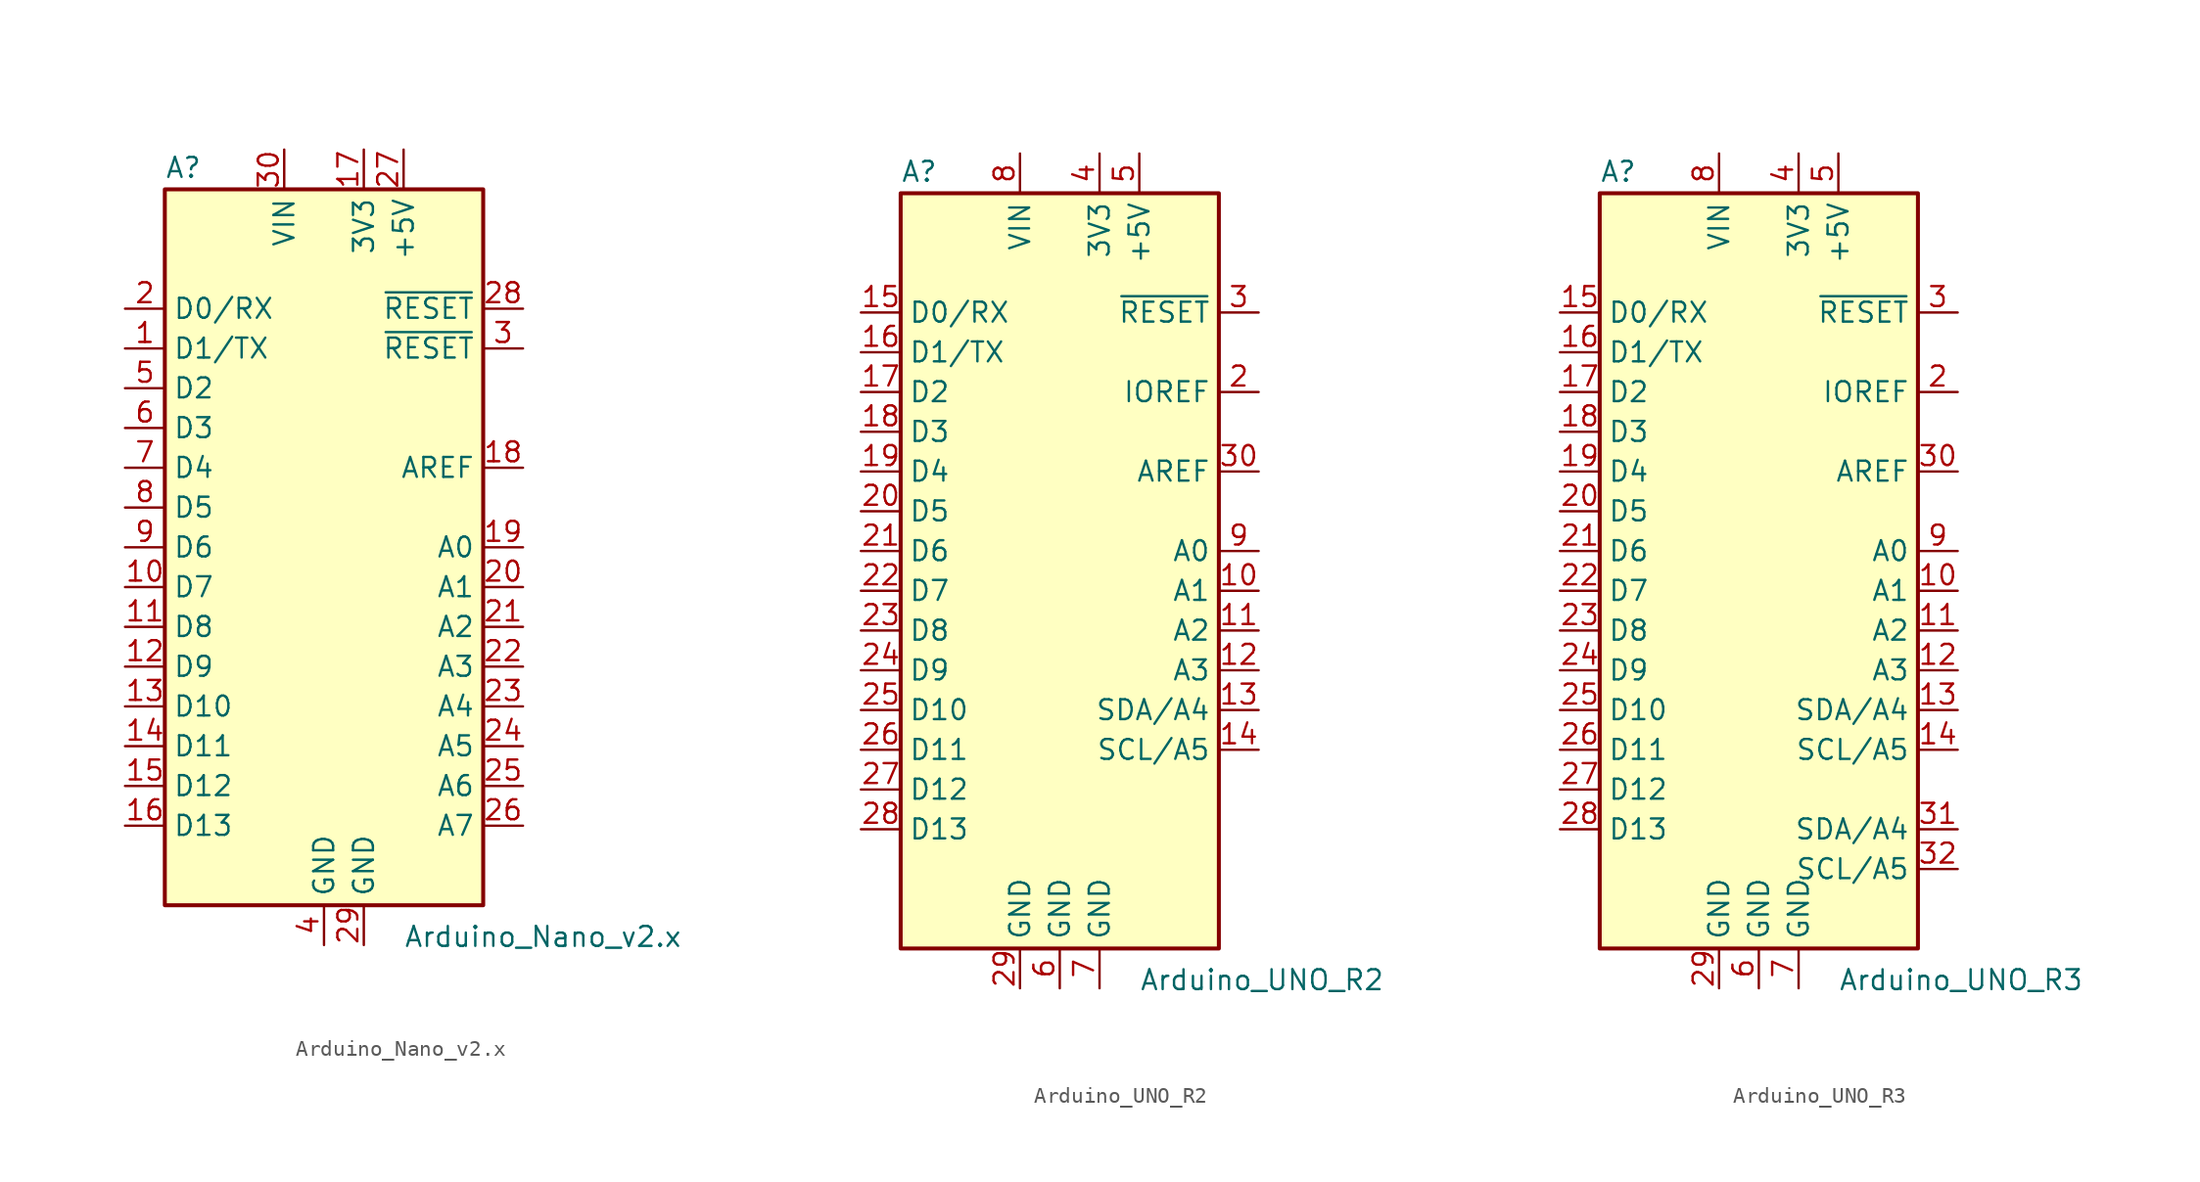
<source format=kicad_sym>
(kicad_symbol_lib
  (version 20201005)
  (generator kicad_symbol_editor)
  (symbol "MCU_Module:Arduino_Nano_v2.x"
    (property "Reference" "A"
      (at -10.16 23.495 0)
      (effects (font (size 1.27 1.27)) (justify left bottom)))
    (property "Value" "Arduino_Nano_v2.x"
      (at 5.08 -24.13 0)
      (effects (font (size 1.27 1.27)) (justify left top)))
    (symbol "Arduino_Nano_v2.x_0_1"
      (rectangle (start -10.16 22.86) (end 10.16 -22.86) (stroke (width 0.254)) (fill (type background))))
    (symbol "Arduino_Nano_v2.x_1_1"
      (pin bidirectional line (at -12.7 12.7 0) (length 2.54) (name "D1/TX" (effects (font (size 1.27 1.27)))) (number "1" (effects (font (size 1.27 1.27)))))
      (pin bidirectional line (at -12.7 -2.54 0) (length 2.54) (name "D7" (effects (font (size 1.27 1.27)))) (number "10" (effects (font (size 1.27 1.27)))))
      (pin bidirectional line (at -12.7 -5.08 0) (length 2.54) (name "D8" (effects (font (size 1.27 1.27)))) (number "11" (effects (font (size 1.27 1.27)))))
      (pin bidirectional line (at -12.7 -7.62 0) (length 2.54) (name "D9" (effects (font (size 1.27 1.27)))) (number "12" (effects (font (size 1.27 1.27)))))
      (pin bidirectional line (at -12.7 -10.16 0) (length 2.54) (name "D10" (effects (font (size 1.27 1.27)))) (number "13" (effects (font (size 1.27 1.27)))))
      (pin bidirectional line (at -12.7 -12.7 0) (length 2.54) (name "D11" (effects (font (size 1.27 1.27)))) (number "14" (effects (font (size 1.27 1.27)))))
      (pin bidirectional line (at -12.7 -15.24 0) (length 2.54) (name "D12" (effects (font (size 1.27 1.27)))) (number "15" (effects (font (size 1.27 1.27)))))
      (pin bidirectional line (at -12.7 -17.78 0) (length 2.54) (name "D13" (effects (font (size 1.27 1.27)))) (number "16" (effects (font (size 1.27 1.27)))))
      (pin power_out line (at 2.54 25.4 270) (length 2.54) (name "3V3" (effects (font (size 1.27 1.27)))) (number "17" (effects (font (size 1.27 1.27)))))
      (pin input line (at 12.7 5.08 180) (length 2.54) (name "AREF" (effects (font (size 1.27 1.27)))) (number "18" (effects (font (size 1.27 1.27)))))
      (pin bidirectional line (at 12.7 0 180) (length 2.54) (name "A0" (effects (font (size 1.27 1.27)))) (number "19" (effects (font (size 1.27 1.27)))))
      (pin bidirectional line (at -12.7 15.24 0) (length 2.54) (name "D0/RX" (effects (font (size 1.27 1.27)))) (number "2" (effects (font (size 1.27 1.27)))))
      (pin bidirectional line (at 12.7 -2.54 180) (length 2.54) (name "A1" (effects (font (size 1.27 1.27)))) (number "20" (effects (font (size 1.27 1.27)))))
      (pin bidirectional line (at 12.7 -5.08 180) (length 2.54) (name "A2" (effects (font (size 1.27 1.27)))) (number "21" (effects (font (size 1.27 1.27)))))
      (pin bidirectional line (at 12.7 -7.62 180) (length 2.54) (name "A3" (effects (font (size 1.27 1.27)))) (number "22" (effects (font (size 1.27 1.27)))))
      (pin bidirectional line (at 12.7 -10.16 180) (length 2.54) (name "A4" (effects (font (size 1.27 1.27)))) (number "23" (effects (font (size 1.27 1.27)))))
      (pin bidirectional line (at 12.7 -12.7 180) (length 2.54) (name "A5" (effects (font (size 1.27 1.27)))) (number "24" (effects (font (size 1.27 1.27)))))
      (pin bidirectional line (at 12.7 -15.24 180) (length 2.54) (name "A6" (effects (font (size 1.27 1.27)))) (number "25" (effects (font (size 1.27 1.27)))))
      (pin bidirectional line (at 12.7 -17.78 180) (length 2.54) (name "A7" (effects (font (size 1.27 1.27)))) (number "26" (effects (font (size 1.27 1.27)))))
      (pin power_out line (at 5.08 25.4 270) (length 2.54) (name "+5V" (effects (font (size 1.27 1.27)))) (number "27" (effects (font (size 1.27 1.27)))))
      (pin input line (at 12.7 15.24 180) (length 2.54) (name "~RESET" (effects (font (size 1.27 1.27)))) (number "28" (effects (font (size 1.27 1.27)))))
      (pin power_in line (at 2.54 -25.4 90) (length 2.54) (name "GND" (effects (font (size 1.27 1.27)))) (number "29" (effects (font (size 1.27 1.27)))))
      (pin input line (at 12.7 12.7 180) (length 2.54) (name "~RESET" (effects (font (size 1.27 1.27)))) (number "3" (effects (font (size 1.27 1.27)))))
      (pin power_in line (at -2.54 25.4 270) (length 2.54) (name "VIN" (effects (font (size 1.27 1.27)))) (number "30" (effects (font (size 1.27 1.27)))))
      (pin power_in line (at 0 -25.4 90) (length 2.54) (name "GND" (effects (font (size 1.27 1.27)))) (number "4" (effects (font (size 1.27 1.27)))))
      (pin bidirectional line (at -12.7 10.16 0) (length 2.54) (name "D2" (effects (font (size 1.27 1.27)))) (number "5" (effects (font (size 1.27 1.27)))))
      (pin bidirectional line (at -12.7 7.62 0) (length 2.54) (name "D3" (effects (font (size 1.27 1.27)))) (number "6" (effects (font (size 1.27 1.27)))))
      (pin bidirectional line (at -12.7 5.08 0) (length 2.54) (name "D4" (effects (font (size 1.27 1.27)))) (number "7" (effects (font (size 1.27 1.27)))))
      (pin bidirectional line (at -12.7 2.54 0) (length 2.54) (name "D5" (effects (font (size 1.27 1.27)))) (number "8" (effects (font (size 1.27 1.27)))))
      (pin bidirectional line (at -12.7 0 0) (length 2.54) (name "D6" (effects (font (size 1.27 1.27)))) (number "9" (effects (font (size 1.27 1.27)))))))
  (symbol "MCU_Module:Arduino_UNO_R2"
    (property "Reference" "A"
      (at -10.16 23.495 0)
      (effects (font (size 1.27 1.27)) (justify left bottom)))
    (property "Value" "Arduino_UNO_R2"
      (at 5.08 -26.67 0)
      (effects (font (size 1.27 1.27)) (justify left top)))
    (symbol "Arduino_UNO_R2_0_1"
      (rectangle (start -10.16 22.86) (end 10.16 -25.4) (stroke (width 0.254)) (fill (type background))))
    (symbol "Arduino_UNO_R2_1_1"
      (pin no_connect line (at -10.16 -20.32 0) (length 2.54) hide (name "NC" (effects (font (size 1.27 1.27)))) (number "1" (effects (font (size 1.27 1.27)))))
      (pin bidirectional line (at 12.7 -2.54 180) (length 2.54) (name "A1" (effects (font (size 1.27 1.27)))) (number "10" (effects (font (size 1.27 1.27)))))
      (pin bidirectional line (at 12.7 -5.08 180) (length 2.54) (name "A2" (effects (font (size 1.27 1.27)))) (number "11" (effects (font (size 1.27 1.27)))))
      (pin bidirectional line (at 12.7 -7.62 180) (length 2.54) (name "A3" (effects (font (size 1.27 1.27)))) (number "12" (effects (font (size 1.27 1.27)))))
      (pin bidirectional line (at 12.7 -10.16 180) (length 2.54) (name "SDA/A4" (effects (font (size 1.27 1.27)))) (number "13" (effects (font (size 1.27 1.27)))))
      (pin bidirectional line (at 12.7 -12.7 180) (length 2.54) (name "SCL/A5" (effects (font (size 1.27 1.27)))) (number "14" (effects (font (size 1.27 1.27)))))
      (pin bidirectional line (at -12.7 15.24 0) (length 2.54) (name "D0/RX" (effects (font (size 1.27 1.27)))) (number "15" (effects (font (size 1.27 1.27)))))
      (pin bidirectional line (at -12.7 12.7 0) (length 2.54) (name "D1/TX" (effects (font (size 1.27 1.27)))) (number "16" (effects (font (size 1.27 1.27)))))
      (pin bidirectional line (at -12.7 10.16 0) (length 2.54) (name "D2" (effects (font (size 1.27 1.27)))) (number "17" (effects (font (size 1.27 1.27)))))
      (pin bidirectional line (at -12.7 7.62 0) (length 2.54) (name "D3" (effects (font (size 1.27 1.27)))) (number "18" (effects (font (size 1.27 1.27)))))
      (pin bidirectional line (at -12.7 5.08 0) (length 2.54) (name "D4" (effects (font (size 1.27 1.27)))) (number "19" (effects (font (size 1.27 1.27)))))
      (pin output line (at 12.7 10.16 180) (length 2.54) (name "IOREF" (effects (font (size 1.27 1.27)))) (number "2" (effects (font (size 1.27 1.27)))))
      (pin bidirectional line (at -12.7 2.54 0) (length 2.54) (name "D5" (effects (font (size 1.27 1.27)))) (number "20" (effects (font (size 1.27 1.27)))))
      (pin bidirectional line (at -12.7 0 0) (length 2.54) (name "D6" (effects (font (size 1.27 1.27)))) (number "21" (effects (font (size 1.27 1.27)))))
      (pin bidirectional line (at -12.7 -2.54 0) (length 2.54) (name "D7" (effects (font (size 1.27 1.27)))) (number "22" (effects (font (size 1.27 1.27)))))
      (pin bidirectional line (at -12.7 -5.08 0) (length 2.54) (name "D8" (effects (font (size 1.27 1.27)))) (number "23" (effects (font (size 1.27 1.27)))))
      (pin bidirectional line (at -12.7 -7.62 0) (length 2.54) (name "D9" (effects (font (size 1.27 1.27)))) (number "24" (effects (font (size 1.27 1.27)))))
      (pin bidirectional line (at -12.7 -10.16 0) (length 2.54) (name "D10" (effects (font (size 1.27 1.27)))) (number "25" (effects (font (size 1.27 1.27)))))
      (pin bidirectional line (at -12.7 -12.7 0) (length 2.54) (name "D11" (effects (font (size 1.27 1.27)))) (number "26" (effects (font (size 1.27 1.27)))))
      (pin bidirectional line (at -12.7 -15.24 0) (length 2.54) (name "D12" (effects (font (size 1.27 1.27)))) (number "27" (effects (font (size 1.27 1.27)))))
      (pin bidirectional line (at -12.7 -17.78 0) (length 2.54) (name "D13" (effects (font (size 1.27 1.27)))) (number "28" (effects (font (size 1.27 1.27)))))
      (pin power_in line (at -2.54 -27.94 90) (length 2.54) (name "GND" (effects (font (size 1.27 1.27)))) (number "29" (effects (font (size 1.27 1.27)))))
      (pin input line (at 12.7 15.24 180) (length 2.54) (name "~RESET" (effects (font (size 1.27 1.27)))) (number "3" (effects (font (size 1.27 1.27)))))
      (pin input line (at 12.7 5.08 180) (length 2.54) (name "AREF" (effects (font (size 1.27 1.27)))) (number "30" (effects (font (size 1.27 1.27)))))
      (pin power_out line (at 2.54 25.4 270) (length 2.54) (name "3V3" (effects (font (size 1.27 1.27)))) (number "4" (effects (font (size 1.27 1.27)))))
      (pin power_out line (at 5.08 25.4 270) (length 2.54) (name "+5V" (effects (font (size 1.27 1.27)))) (number "5" (effects (font (size 1.27 1.27)))))
      (pin power_in line (at 0 -27.94 90) (length 2.54) (name "GND" (effects (font (size 1.27 1.27)))) (number "6" (effects (font (size 1.27 1.27)))))
      (pin power_in line (at 2.54 -27.94 90) (length 2.54) (name "GND" (effects (font (size 1.27 1.27)))) (number "7" (effects (font (size 1.27 1.27)))))
      (pin power_in line (at -2.54 25.4 270) (length 2.54) (name "VIN" (effects (font (size 1.27 1.27)))) (number "8" (effects (font (size 1.27 1.27)))))
      (pin bidirectional line (at 12.7 0 180) (length 2.54) (name "A0" (effects (font (size 1.27 1.27)))) (number "9" (effects (font (size 1.27 1.27)))))))
  (symbol "MCU_Module:Arduino_UNO_R3"
    (property "Reference" "A"
      (at -10.16 23.495 0)
      (effects (font (size 1.27 1.27)) (justify left bottom)))
    (property "Value" "Arduino_UNO_R3"
      (at 5.08 -26.67 0)
      (effects (font (size 1.27 1.27)) (justify left top)))
    (symbol "Arduino_UNO_R3_0_1"
      (rectangle (start -10.16 22.86) (end 10.16 -25.4) (stroke (width 0.254)) (fill (type background))))
    (symbol "Arduino_UNO_R3_1_1"
      (pin no_connect line (at -10.16 -20.32 0) (length 2.54) hide (name "NC" (effects (font (size 1.27 1.27)))) (number "1" (effects (font (size 1.27 1.27)))))
      (pin bidirectional line (at 12.7 -2.54 180) (length 2.54) (name "A1" (effects (font (size 1.27 1.27)))) (number "10" (effects (font (size 1.27 1.27)))))
      (pin bidirectional line (at 12.7 -5.08 180) (length 2.54) (name "A2" (effects (font (size 1.27 1.27)))) (number "11" (effects (font (size 1.27 1.27)))))
      (pin bidirectional line (at 12.7 -7.62 180) (length 2.54) (name "A3" (effects (font (size 1.27 1.27)))) (number "12" (effects (font (size 1.27 1.27)))))
      (pin bidirectional line (at 12.7 -10.16 180) (length 2.54) (name "SDA/A4" (effects (font (size 1.27 1.27)))) (number "13" (effects (font (size 1.27 1.27)))))
      (pin bidirectional line (at 12.7 -12.7 180) (length 2.54) (name "SCL/A5" (effects (font (size 1.27 1.27)))) (number "14" (effects (font (size 1.27 1.27)))))
      (pin bidirectional line (at -12.7 15.24 0) (length 2.54) (name "D0/RX" (effects (font (size 1.27 1.27)))) (number "15" (effects (font (size 1.27 1.27)))))
      (pin bidirectional line (at -12.7 12.7 0) (length 2.54) (name "D1/TX" (effects (font (size 1.27 1.27)))) (number "16" (effects (font (size 1.27 1.27)))))
      (pin bidirectional line (at -12.7 10.16 0) (length 2.54) (name "D2" (effects (font (size 1.27 1.27)))) (number "17" (effects (font (size 1.27 1.27)))))
      (pin bidirectional line (at -12.7 7.62 0) (length 2.54) (name "D3" (effects (font (size 1.27 1.27)))) (number "18" (effects (font (size 1.27 1.27)))))
      (pin bidirectional line (at -12.7 5.08 0) (length 2.54) (name "D4" (effects (font (size 1.27 1.27)))) (number "19" (effects (font (size 1.27 1.27)))))
      (pin output line (at 12.7 10.16 180) (length 2.54) (name "IOREF" (effects (font (size 1.27 1.27)))) (number "2" (effects (font (size 1.27 1.27)))))
      (pin bidirectional line (at -12.7 2.54 0) (length 2.54) (name "D5" (effects (font (size 1.27 1.27)))) (number "20" (effects (font (size 1.27 1.27)))))
      (pin bidirectional line (at -12.7 0 0) (length 2.54) (name "D6" (effects (font (size 1.27 1.27)))) (number "21" (effects (font (size 1.27 1.27)))))
      (pin bidirectional line (at -12.7 -2.54 0) (length 2.54) (name "D7" (effects (font (size 1.27 1.27)))) (number "22" (effects (font (size 1.27 1.27)))))
      (pin bidirectional line (at -12.7 -5.08 0) (length 2.54) (name "D8" (effects (font (size 1.27 1.27)))) (number "23" (effects (font (size 1.27 1.27)))))
      (pin bidirectional line (at -12.7 -7.62 0) (length 2.54) (name "D9" (effects (font (size 1.27 1.27)))) (number "24" (effects (font (size 1.27 1.27)))))
      (pin bidirectional line (at -12.7 -10.16 0) (length 2.54) (name "D10" (effects (font (size 1.27 1.27)))) (number "25" (effects (font (size 1.27 1.27)))))
      (pin bidirectional line (at -12.7 -12.7 0) (length 2.54) (name "D11" (effects (font (size 1.27 1.27)))) (number "26" (effects (font (size 1.27 1.27)))))
      (pin bidirectional line (at -12.7 -15.24 0) (length 2.54) (name "D12" (effects (font (size 1.27 1.27)))) (number "27" (effects (font (size 1.27 1.27)))))
      (pin bidirectional line (at -12.7 -17.78 0) (length 2.54) (name "D13" (effects (font (size 1.27 1.27)))) (number "28" (effects (font (size 1.27 1.27)))))
      (pin power_in line (at -2.54 -27.94 90) (length 2.54) (name "GND" (effects (font (size 1.27 1.27)))) (number "29" (effects (font (size 1.27 1.27)))))
      (pin input line (at 12.7 15.24 180) (length 2.54) (name "~RESET" (effects (font (size 1.27 1.27)))) (number "3" (effects (font (size 1.27 1.27)))))
      (pin input line (at 12.7 5.08 180) (length 2.54) (name "AREF" (effects (font (size 1.27 1.27)))) (number "30" (effects (font (size 1.27 1.27)))))
      (pin bidirectional line (at 12.7 -17.78 180) (length 2.54) (name "SDA/A4" (effects (font (size 1.27 1.27)))) (number "31" (effects (font (size 1.27 1.27)))))
      (pin bidirectional line (at 12.7 -20.32 180) (length 2.54) (name "SCL/A5" (effects (font (size 1.27 1.27)))) (number "32" (effects (font (size 1.27 1.27)))))
      (pin power_out line (at 2.54 25.4 270) (length 2.54) (name "3V3" (effects (font (size 1.27 1.27)))) (number "4" (effects (font (size 1.27 1.27)))))
      (pin power_out line (at 5.08 25.4 270) (length 2.54) (name "+5V" (effects (font (size 1.27 1.27)))) (number "5" (effects (font (size 1.27 1.27)))))
      (pin power_in line (at 0 -27.94 90) (length 2.54) (name "GND" (effects (font (size 1.27 1.27)))) (number "6" (effects (font (size 1.27 1.27)))))
      (pin power_in line (at 2.54 -27.94 90) (length 2.54) (name "GND" (effects (font (size 1.27 1.27)))) (number "7" (effects (font (size 1.27 1.27)))))
      (pin power_in line (at -2.54 25.4 270) (length 2.54) (name "VIN" (effects (font (size 1.27 1.27)))) (number "8" (effects (font (size 1.27 1.27)))))
      (pin bidirectional line (at 12.7 0 180) (length 2.54) (name "A0" (effects (font (size 1.27 1.27)))) (number "9" (effects (font (size 1.27 1.27))))))))
</source>
